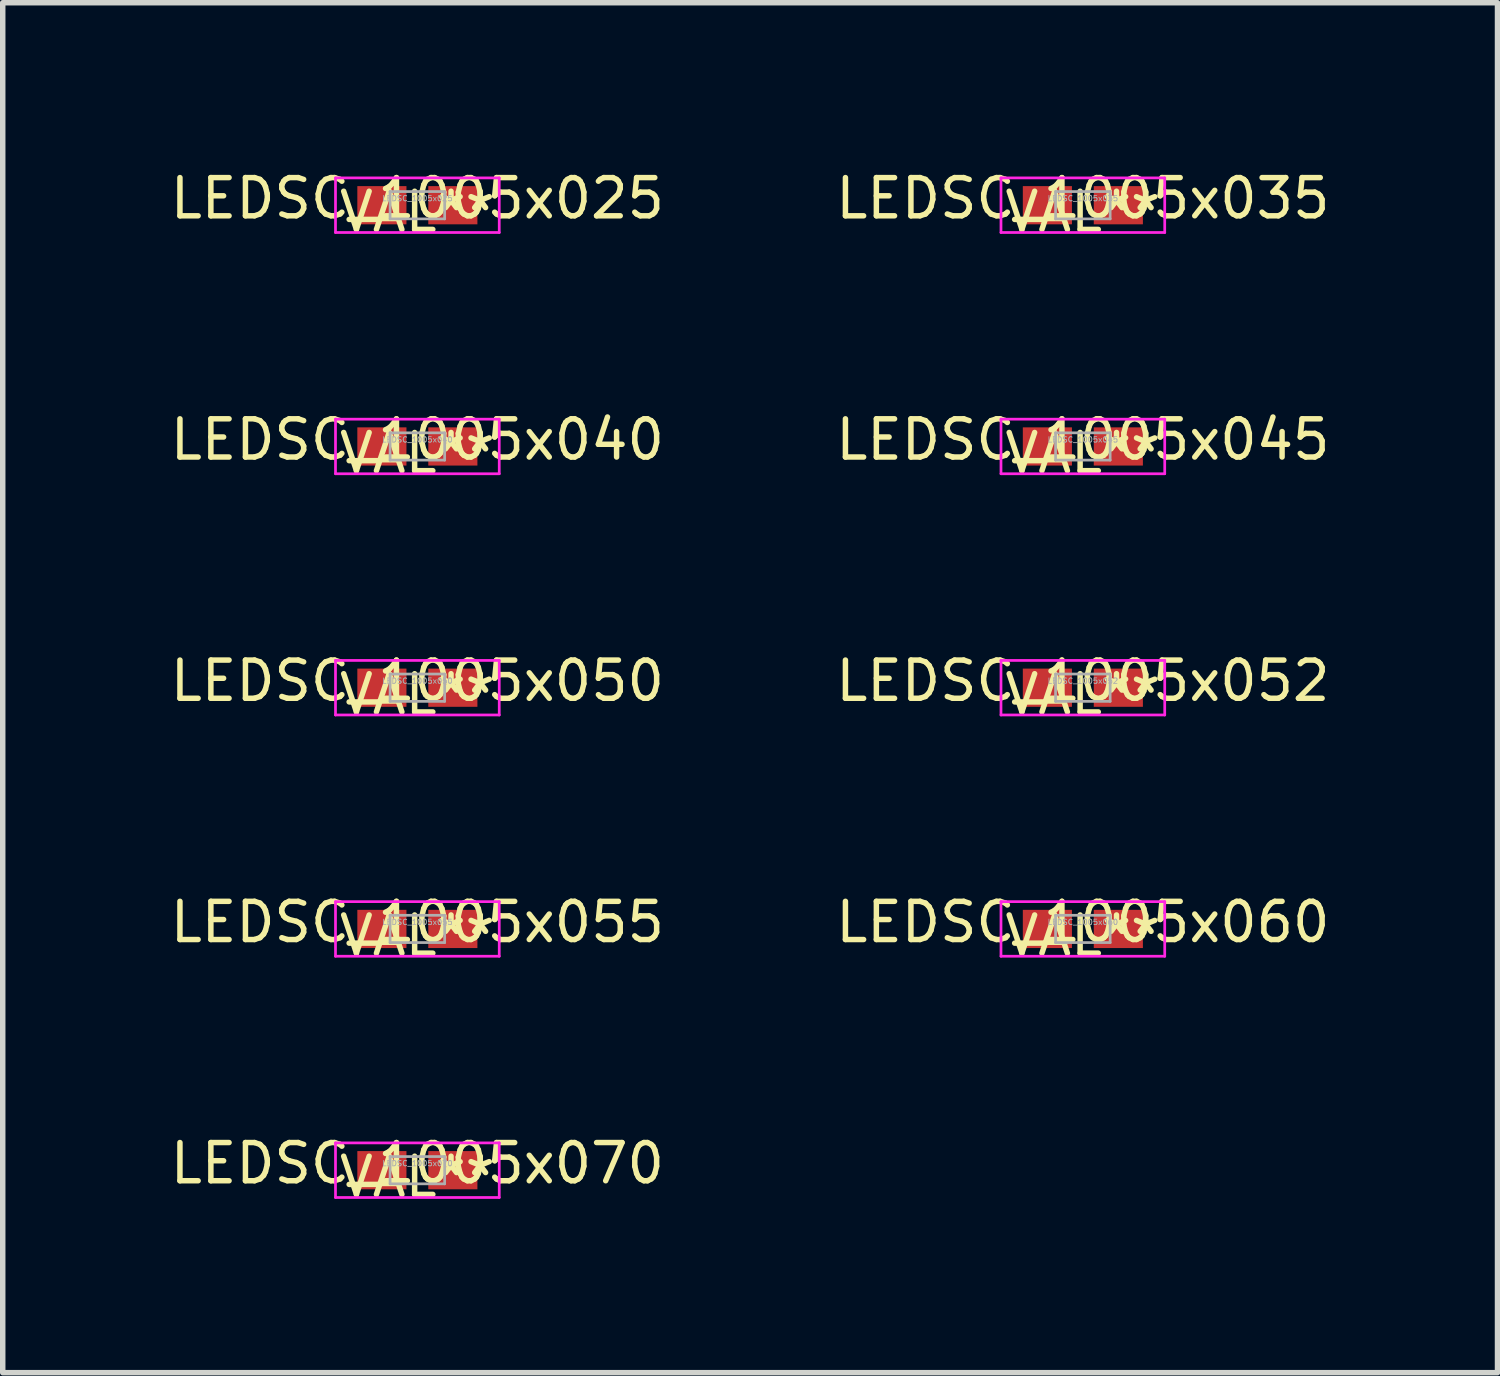
<source format=kicad_pcb>
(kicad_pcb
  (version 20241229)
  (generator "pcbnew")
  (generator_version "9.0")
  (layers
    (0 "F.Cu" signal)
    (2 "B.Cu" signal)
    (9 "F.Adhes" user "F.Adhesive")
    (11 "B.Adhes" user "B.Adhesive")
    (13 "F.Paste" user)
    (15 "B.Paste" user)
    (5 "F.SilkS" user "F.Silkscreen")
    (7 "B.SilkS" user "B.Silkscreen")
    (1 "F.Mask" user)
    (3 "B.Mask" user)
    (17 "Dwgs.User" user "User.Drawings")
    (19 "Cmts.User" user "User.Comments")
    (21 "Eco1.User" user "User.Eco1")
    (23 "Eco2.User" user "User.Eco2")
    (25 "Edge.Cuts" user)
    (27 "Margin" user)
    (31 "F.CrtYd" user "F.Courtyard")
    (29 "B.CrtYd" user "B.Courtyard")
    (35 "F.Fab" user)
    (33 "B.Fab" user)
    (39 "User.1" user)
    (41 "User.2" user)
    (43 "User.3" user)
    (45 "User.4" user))
  (footprint "LEDSC_1005x060"
    (layer "F.Cu")
    (at 16.79 13.97)
    (property "Reference" "LEDSC_1005x060" (at 0 -0.125 0) (layer "F.Fab") (effects (font (size 0.1 0.1) (thickness 0.015))))
    (property "Value" "VAL**" (at 0 0.125 0) (layer "F.Fab") (hide yes) (effects (font (size 0.1 0.1) (thickness 0.015))))
    (attr smd)
    (fp_line (start -1.5 -0.5) (end 1.5 -0.5) (stroke (width 0.05) (type solid)) (layer "F.CrtYd"))
    (fp_line (start -1.5 0.5) (end -1.5 -0.5) (stroke (width 0.05) (type solid)) (layer "F.CrtYd"))
    (fp_line (start 1.5 -0.5) (end 1.5 0.5) (stroke (width 0.05) (type solid)) (layer "F.CrtYd"))
    (fp_line (start 1.5 0.5) (end -1.5 0.5) (stroke (width 0.05) (type solid)) (layer "F.CrtYd"))
    (fp_line (start -0.5 -0.25) (end 0.5 -0.25) (stroke (width 0.05) (type solid)) (layer "F.Fab"))
    (fp_line (start -0.5 0.25) (end -0.5 -0.25) (stroke (width 0.05) (type solid)) (layer "F.Fab"))
    (fp_line (start 0.5 -0.25) (end 0.5 0.25) (stroke (width 0.05) (type solid)) (layer "F.Fab"))
    (fp_line (start 0.5 0.25) (end -0.5 0.25) (stroke (width 0.05) (type solid)) (layer "F.Fab"))
    (fp_text user "${VALUE}" (at 0 0.125 0) (layer "F.SilkS") (effects (font (size 0.7 0.7) (thickness 0.1))))
    (fp_text user "${REFERENCE}" (at 0 -0.125 0) (layer "F.SilkS") (effects (font (size 0.7 0.7) (thickness 0.1))))
    (pad "1" smd rect (at -0.65 0) (size 0.9 0.7) (layers "F.Cu" "F.Mask" "F.Paste"))
    (pad "2" smd rect (at 0.65 0) (size 0.9 0.7) (layers "F.Cu" "F.Mask" "F.Paste")))
  (footprint "LEDSC_1005x040"
    (layer "F.Cu")
    (at 4.597 5.13)
    (property "Reference" "LEDSC_1005x040" (at 0 -0.125 0) (layer "F.Fab") (effects (font (size 0.1 0.1) (thickness 0.015))))
    (property "Value" "VAL**" (at 0 0.125 0) (layer "F.Fab") (hide yes) (effects (font (size 0.1 0.1) (thickness 0.015))))
    (attr smd)
    (fp_line (start -1.5 -0.5) (end 1.5 -0.5) (stroke (width 0.05) (type solid)) (layer "F.CrtYd"))
    (fp_line (start -1.5 0.5) (end -1.5 -0.5) (stroke (width 0.05) (type solid)) (layer "F.CrtYd"))
    (fp_line (start 1.5 -0.5) (end 1.5 0.5) (stroke (width 0.05) (type solid)) (layer "F.CrtYd"))
    (fp_line (start 1.5 0.5) (end -1.5 0.5) (stroke (width 0.05) (type solid)) (layer "F.CrtYd"))
    (fp_line (start -0.5 -0.25) (end 0.5 -0.25) (stroke (width 0.05) (type solid)) (layer "F.Fab"))
    (fp_line (start -0.5 0.25) (end -0.5 -0.25) (stroke (width 0.05) (type solid)) (layer "F.Fab"))
    (fp_line (start 0.5 -0.25) (end 0.5 0.25) (stroke (width 0.05) (type solid)) (layer "F.Fab"))
    (fp_line (start 0.5 0.25) (end -0.5 0.25) (stroke (width 0.05) (type solid)) (layer "F.Fab"))
    (fp_text user "${REFERENCE}" (at 0 -0.125 0) (layer "F.SilkS") (effects (font (size 0.7 0.7) (thickness 0.1))))
    (fp_text user "${VALUE}" (at 0 0.125 0) (layer "F.SilkS") (effects (font (size 0.7 0.7) (thickness 0.1))))
    (pad "1" smd rect (at -0.65 0) (size 0.9 0.7) (layers "F.Cu" "F.Mask" "F.Paste"))
    (pad "2" smd rect (at 0.65 0) (size 0.9 0.7) (layers "F.Cu" "F.Mask" "F.Paste")))
  (footprint "LEDSC_1005x052"
    (layer "F.Cu")
    (at 16.79 9.55)
    (property "Reference" "LEDSC_1005x052" (at 0 -0.125 0) (layer "F.Fab") (effects (font (size 0.1 0.1) (thickness 0.015))))
    (property "Value" "VAL**" (at 0 0.125 0) (layer "F.Fab") (hide yes) (effects (font (size 0.1 0.1) (thickness 0.015))))
    (attr smd)
    (fp_line (start -1.5 -0.5) (end 1.5 -0.5) (stroke (width 0.05) (type solid)) (layer "F.CrtYd"))
    (fp_line (start -1.5 0.5) (end -1.5 -0.5) (stroke (width 0.05) (type solid)) (layer "F.CrtYd"))
    (fp_line (start 1.5 -0.5) (end 1.5 0.5) (stroke (width 0.05) (type solid)) (layer "F.CrtYd"))
    (fp_line (start 1.5 0.5) (end -1.5 0.5) (stroke (width 0.05) (type solid)) (layer "F.CrtYd"))
    (fp_line (start -0.5 -0.25) (end 0.5 -0.25) (stroke (width 0.05) (type solid)) (layer "F.Fab"))
    (fp_line (start -0.5 0.25) (end -0.5 -0.25) (stroke (width 0.05) (type solid)) (layer "F.Fab"))
    (fp_line (start 0.5 -0.25) (end 0.5 0.25) (stroke (width 0.05) (type solid)) (layer "F.Fab"))
    (fp_line (start 0.5 0.25) (end -0.5 0.25) (stroke (width 0.05) (type solid)) (layer "F.Fab"))
    (fp_text user "${REFERENCE}" (at 0 -0.125 0) (layer "F.SilkS") (effects (font (size 0.7 0.7) (thickness 0.1))))
    (fp_text user "${VALUE}" (at 0 0.125 0) (layer "F.SilkS") (effects (font (size 0.7 0.7) (thickness 0.1))))
    (pad "1" smd rect (at -0.65 0) (size 0.9 0.7) (layers "F.Cu" "F.Mask" "F.Paste"))
    (pad "2" smd rect (at 0.65 0) (size 0.9 0.7) (layers "F.Cu" "F.Mask" "F.Paste")))
  (footprint "LEDSC_1005x045"
    (layer "F.Cu")
    (at 16.79 5.13)
    (property "Reference" "LEDSC_1005x045" (at 0 -0.125 0) (layer "F.Fab") (effects (font (size 0.1 0.1) (thickness 0.015))))
    (property "Value" "VAL**" (at 0 0.125 0) (layer "F.Fab") (hide yes) (effects (font (size 0.1 0.1) (thickness 0.015))))
    (attr smd)
    (fp_line (start -1.5 -0.5) (end 1.5 -0.5) (stroke (width 0.05) (type solid)) (layer "F.CrtYd"))
    (fp_line (start -1.5 0.5) (end -1.5 -0.5) (stroke (width 0.05) (type solid)) (layer "F.CrtYd"))
    (fp_line (start 1.5 -0.5) (end 1.5 0.5) (stroke (width 0.05) (type solid)) (layer "F.CrtYd"))
    (fp_line (start 1.5 0.5) (end -1.5 0.5) (stroke (width 0.05) (type solid)) (layer "F.CrtYd"))
    (fp_line (start -0.5 -0.25) (end 0.5 -0.25) (stroke (width 0.05) (type solid)) (layer "F.Fab"))
    (fp_line (start -0.5 0.25) (end -0.5 -0.25) (stroke (width 0.05) (type solid)) (layer "F.Fab"))
    (fp_line (start 0.5 -0.25) (end 0.5 0.25) (stroke (width 0.05) (type solid)) (layer "F.Fab"))
    (fp_line (start 0.5 0.25) (end -0.5 0.25) (stroke (width 0.05) (type solid)) (layer "F.Fab"))
    (fp_text user "${VALUE}" (at 0 0.125 0) (layer "F.SilkS") (effects (font (size 0.7 0.7) (thickness 0.1))))
    (fp_text user "${REFERENCE}" (at 0 -0.125 0) (layer "F.SilkS") (effects (font (size 0.7 0.7) (thickness 0.1))))
    (pad "1" smd rect (at -0.65 0) (size 0.9 0.7) (layers "F.Cu" "F.Mask" "F.Paste"))
    (pad "2" smd rect (at 0.65 0) (size 0.9 0.7) (layers "F.Cu" "F.Mask" "F.Paste")))
  (footprint "LEDSC_1005x055"
    (layer "F.Cu")
    (at 4.597 13.97)
    (property "Reference" "LEDSC_1005x055" (at 0 -0.125 0) (layer "F.Fab") (effects (font (size 0.1 0.1) (thickness 0.015))))
    (property "Value" "VAL**" (at 0 0.125 0) (layer "F.Fab") (hide yes) (effects (font (size 0.1 0.1) (thickness 0.015))))
    (attr smd)
    (fp_line (start -1.5 -0.5) (end 1.5 -0.5) (stroke (width 0.05) (type solid)) (layer "F.CrtYd"))
    (fp_line (start -1.5 0.5) (end -1.5 -0.5) (stroke (width 0.05) (type solid)) (layer "F.CrtYd"))
    (fp_line (start 1.5 -0.5) (end 1.5 0.5) (stroke (width 0.05) (type solid)) (layer "F.CrtYd"))
    (fp_line (start 1.5 0.5) (end -1.5 0.5) (stroke (width 0.05) (type solid)) (layer "F.CrtYd"))
    (fp_line (start -0.5 -0.25) (end 0.5 -0.25) (stroke (width 0.05) (type solid)) (layer "F.Fab"))
    (fp_line (start -0.5 0.25) (end -0.5 -0.25) (stroke (width 0.05) (type solid)) (layer "F.Fab"))
    (fp_line (start 0.5 -0.25) (end 0.5 0.25) (stroke (width 0.05) (type solid)) (layer "F.Fab"))
    (fp_line (start 0.5 0.25) (end -0.5 0.25) (stroke (width 0.05) (type solid)) (layer "F.Fab"))
    (fp_text user "${REFERENCE}" (at 0 -0.125 0) (layer "F.SilkS") (effects (font (size 0.7 0.7) (thickness 0.1))))
    (fp_text user "${VALUE}" (at 0 0.125 0) (layer "F.SilkS") (effects (font (size 0.7 0.7) (thickness 0.1))))
    (pad "1" smd rect (at -0.65 0) (size 0.9 0.7) (layers "F.Cu" "F.Mask" "F.Paste"))
    (pad "2" smd rect (at 0.65 0) (size 0.9 0.7) (layers "F.Cu" "F.Mask" "F.Paste")))
  (footprint "LEDSC_1005x035"
    (layer "F.Cu")
    (at 16.79 0.71)
    (property "Reference" "LEDSC_1005x035" (at 0 -0.125 0) (layer "F.Fab") (effects (font (size 0.1 0.1) (thickness 0.015))))
    (property "Value" "VAL**" (at 0 0.125 0) (layer "F.Fab") (hide yes) (effects (font (size 0.1 0.1) (thickness 0.015))))
    (attr smd)
    (fp_line (start -1.5 -0.5) (end 1.5 -0.5) (stroke (width 0.05) (type solid)) (layer "F.CrtYd"))
    (fp_line (start -1.5 0.5) (end -1.5 -0.5) (stroke (width 0.05) (type solid)) (layer "F.CrtYd"))
    (fp_line (start 1.5 -0.5) (end 1.5 0.5) (stroke (width 0.05) (type solid)) (layer "F.CrtYd"))
    (fp_line (start 1.5 0.5) (end -1.5 0.5) (stroke (width 0.05) (type solid)) (layer "F.CrtYd"))
    (fp_line (start -0.5 -0.25) (end 0.5 -0.25) (stroke (width 0.05) (type solid)) (layer "F.Fab"))
    (fp_line (start -0.5 0.25) (end -0.5 -0.25) (stroke (width 0.05) (type solid)) (layer "F.Fab"))
    (fp_line (start 0.5 -0.25) (end 0.5 0.25) (stroke (width 0.05) (type solid)) (layer "F.Fab"))
    (fp_line (start 0.5 0.25) (end -0.5 0.25) (stroke (width 0.05) (type solid)) (layer "F.Fab"))
    (fp_text user "${REFERENCE}" (at 0 -0.125 0) (layer "F.SilkS") (effects (font (size 0.7 0.7) (thickness 0.1))))
    (fp_text user "${VALUE}" (at 0 0.125 0) (layer "F.SilkS") (effects (font (size 0.7 0.7) (thickness 0.1))))
    (pad "1" smd rect (at -0.65 0) (size 0.9 0.7) (layers "F.Cu" "F.Mask" "F.Paste"))
    (pad "2" smd rect (at 0.65 0) (size 0.9 0.7) (layers "F.Cu" "F.Mask" "F.Paste")))
  (footprint "LEDSC_1005x025"
    (layer "F.Cu")
    (at 4.597 0.71)
    (property "Reference" "LEDSC_1005x025" (at 0 -0.125 0) (layer "F.Fab") (effects (font (size 0.1 0.1) (thickness 0.015))))
    (property "Value" "VAL**" (at 0 0.125 0) (layer "F.Fab") (hide yes) (effects (font (size 0.1 0.1) (thickness 0.015))))
    (attr smd)
    (fp_line (start -1.5 -0.5) (end 1.5 -0.5) (stroke (width 0.05) (type solid)) (layer "F.CrtYd"))
    (fp_line (start -1.5 0.5) (end -1.5 -0.5) (stroke (width 0.05) (type solid)) (layer "F.CrtYd"))
    (fp_line (start 1.5 -0.5) (end 1.5 0.5) (stroke (width 0.05) (type solid)) (layer "F.CrtYd"))
    (fp_line (start 1.5 0.5) (end -1.5 0.5) (stroke (width 0.05) (type solid)) (layer "F.CrtYd"))
    (fp_line (start -0.5 -0.25) (end 0.5 -0.25) (stroke (width 0.05) (type solid)) (layer "F.Fab"))
    (fp_line (start -0.5 0.25) (end -0.5 -0.25) (stroke (width 0.05) (type solid)) (layer "F.Fab"))
    (fp_line (start 0.5 -0.25) (end 0.5 0.25) (stroke (width 0.05) (type solid)) (layer "F.Fab"))
    (fp_line (start 0.5 0.25) (end -0.5 0.25) (stroke (width 0.05) (type solid)) (layer "F.Fab"))
    (fp_text user "${VALUE}" (at 0 0.125 0) (layer "F.SilkS") (effects (font (size 0.7 0.7) (thickness 0.1))))
    (fp_text user "${REFERENCE}" (at 0 -0.125 0) (layer "F.SilkS") (effects (font (size 0.7 0.7) (thickness 0.1))))
    (pad "1" smd rect (at -0.65 0) (size 0.9 0.7) (layers "F.Cu" "F.Mask" "F.Paste"))
    (pad "2" smd rect (at 0.65 0) (size 0.9 0.7) (layers "F.Cu" "F.Mask" "F.Paste")))
  (footprint "LEDSC_1005x050"
    (layer "F.Cu")
    (at 4.597 9.55)
    (property "Reference" "LEDSC_1005x050" (at 0 -0.125 0) (layer "F.Fab") (effects (font (size 0.1 0.1) (thickness 0.015))))
    (property "Value" "VAL**" (at 0 0.125 0) (layer "F.Fab") (hide yes) (effects (font (size 0.1 0.1) (thickness 0.015))))
    (attr smd)
    (fp_line (start -1.5 -0.5) (end 1.5 -0.5) (stroke (width 0.05) (type solid)) (layer "F.CrtYd"))
    (fp_line (start -1.5 0.5) (end -1.5 -0.5) (stroke (width 0.05) (type solid)) (layer "F.CrtYd"))
    (fp_line (start 1.5 -0.5) (end 1.5 0.5) (stroke (width 0.05) (type solid)) (layer "F.CrtYd"))
    (fp_line (start 1.5 0.5) (end -1.5 0.5) (stroke (width 0.05) (type solid)) (layer "F.CrtYd"))
    (fp_line (start -0.5 -0.25) (end 0.5 -0.25) (stroke (width 0.05) (type solid)) (layer "F.Fab"))
    (fp_line (start -0.5 0.25) (end -0.5 -0.25) (stroke (width 0.05) (type solid)) (layer "F.Fab"))
    (fp_line (start 0.5 -0.25) (end 0.5 0.25) (stroke (width 0.05) (type solid)) (layer "F.Fab"))
    (fp_line (start 0.5 0.25) (end -0.5 0.25) (stroke (width 0.05) (type solid)) (layer "F.Fab"))
    (fp_text user "${VALUE}" (at 0 0.125 0) (layer "F.SilkS") (effects (font (size 0.7 0.7) (thickness 0.1))))
    (fp_text user "${REFERENCE}" (at 0 -0.125 0) (layer "F.SilkS") (effects (font (size 0.7 0.7) (thickness 0.1))))
    (pad "1" smd rect (at -0.65 0) (size 0.9 0.7) (layers "F.Cu" "F.Mask" "F.Paste"))
    (pad "2" smd rect (at 0.65 0) (size 0.9 0.7) (layers "F.Cu" "F.Mask" "F.Paste")))
  (footprint "LEDSC_1005x070"
    (layer "F.Cu")
    (at 4.597 18.39)
    (property "Reference" "LEDSC_1005x070" (at 0 -0.125 0) (layer "F.Fab") (effects (font (size 0.1 0.1) (thickness 0.015))))
    (property "Value" "VAL**" (at 0 0.125 0) (layer "F.Fab") (hide yes) (effects (font (size 0.1 0.1) (thickness 0.015))))
    (attr smd)
    (fp_line (start -1.5 -0.5) (end 1.5 -0.5) (stroke (width 0.05) (type solid)) (layer "F.CrtYd"))
    (fp_line (start -1.5 0.5) (end -1.5 -0.5) (stroke (width 0.05) (type solid)) (layer "F.CrtYd"))
    (fp_line (start 1.5 -0.5) (end 1.5 0.5) (stroke (width 0.05) (type solid)) (layer "F.CrtYd"))
    (fp_line (start 1.5 0.5) (end -1.5 0.5) (stroke (width 0.05) (type solid)) (layer "F.CrtYd"))
    (fp_line (start -0.5 -0.25) (end 0.5 -0.25) (stroke (width 0.05) (type solid)) (layer "F.Fab"))
    (fp_line (start -0.5 0.25) (end -0.5 -0.25) (stroke (width 0.05) (type solid)) (layer "F.Fab"))
    (fp_line (start 0.5 -0.25) (end 0.5 0.25) (stroke (width 0.05) (type solid)) (layer "F.Fab"))
    (fp_line (start 0.5 0.25) (end -0.5 0.25) (stroke (width 0.05) (type solid)) (layer "F.Fab"))
    (fp_text user "${VALUE}" (at 0 0.125 0) (layer "F.SilkS") (effects (font (size 0.7 0.7) (thickness 0.1))))
    (fp_text user "${REFERENCE}" (at 0 -0.125 0) (layer "F.SilkS") (effects (font (size 0.7 0.7) (thickness 0.1))))
    (pad "1" smd rect (at -0.65 0) (size 0.9 0.7) (layers "F.Cu" "F.Mask" "F.Paste"))
    (pad "2" smd rect (at 0.65 0) (size 0.9 0.7) (layers "F.Cu" "F.Mask" "F.Paste")))
  (gr_rect
    (start -3 -3)
    (end 24.387 22.1)
    (stroke (width 0.1) (type default))
    (fill no)
    (layer "Edge.Cuts")))
</source>
